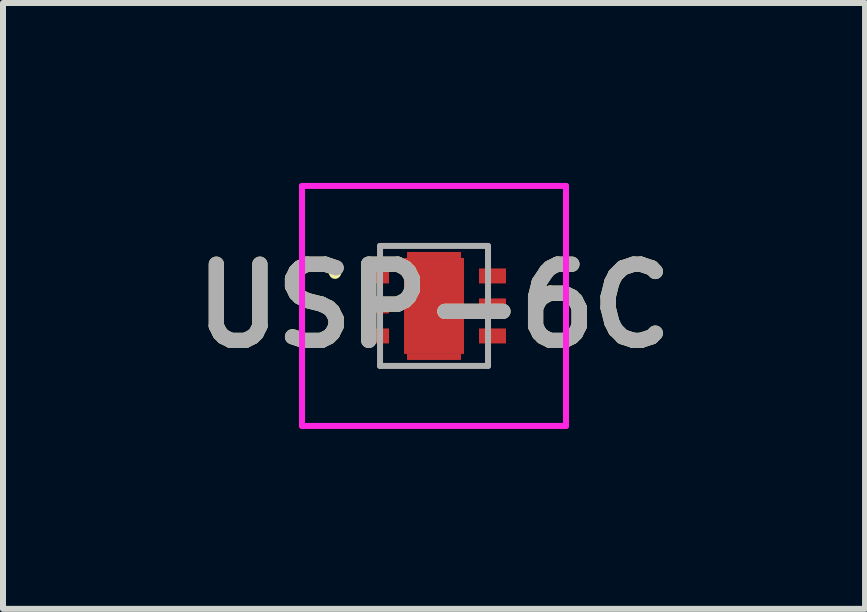
<source format=kicad_pcb>
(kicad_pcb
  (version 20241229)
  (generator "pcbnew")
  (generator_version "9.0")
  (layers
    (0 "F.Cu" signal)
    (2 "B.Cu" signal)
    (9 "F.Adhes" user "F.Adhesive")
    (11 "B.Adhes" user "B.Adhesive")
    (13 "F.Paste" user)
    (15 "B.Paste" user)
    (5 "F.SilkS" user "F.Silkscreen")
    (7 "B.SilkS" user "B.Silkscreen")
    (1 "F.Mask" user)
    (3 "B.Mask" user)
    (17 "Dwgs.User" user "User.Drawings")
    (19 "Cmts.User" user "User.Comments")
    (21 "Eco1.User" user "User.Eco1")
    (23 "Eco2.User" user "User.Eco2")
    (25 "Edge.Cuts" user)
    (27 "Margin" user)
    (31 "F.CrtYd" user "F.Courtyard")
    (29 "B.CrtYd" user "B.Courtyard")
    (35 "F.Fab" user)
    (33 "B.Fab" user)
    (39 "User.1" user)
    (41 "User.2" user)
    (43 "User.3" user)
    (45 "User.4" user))
  (footprint "USP-6C"
    (layer "F.Cu")
    (at 4.185 2.05)
    (property "Reference" "USP-6C" (at 0 0 0) (layer "F.SilkS") (effects (font (size 1.27 1.27) (thickness 0.254))))
    (attr smd)
    (fp_line (start -1.7 -0.55) (end -1.7 -0.55) (stroke (width 0.1) (type solid)) (layer "F.SilkS"))
    (fp_line (start -1.6 -0.55) (end -1.6 -0.55) (stroke (width 0.1) (type solid)) (layer "F.SilkS"))
    (fp_arc (start -1.7 -0.55) (mid -1.65 -0.6) (end -1.6 -0.55) (stroke (width 0.1) (type solid)) (layer "F.SilkS"))
    (fp_arc (start -1.6 -0.55) (mid -1.65 -0.5) (end -1.7 -0.55) (stroke (width 0.1) (type solid)) (layer "F.SilkS"))
    (fp_line (start -2.2 -2) (end 2.2 -2) (stroke (width 0.1) (type solid)) (layer "F.CrtYd"))
    (fp_line (start -2.2 2) (end -2.2 -2) (stroke (width 0.1) (type solid)) (layer "F.CrtYd"))
    (fp_line (start 2.2 -2) (end 2.2 2) (stroke (width 0.1) (type solid)) (layer "F.CrtYd"))
    (fp_line (start 2.2 2) (end -2.2 2) (stroke (width 0.1) (type solid)) (layer "F.CrtYd"))
    (fp_line (start -0.9 -1) (end 0.9 -1) (stroke (width 0.1) (type solid)) (layer "F.Fab"))
    (fp_line (start -0.9 1) (end -0.9 -1) (stroke (width 0.1) (type solid)) (layer "F.Fab"))
    (fp_line (start 0.9 -1) (end 0.9 1) (stroke (width 0.1) (type solid)) (layer "F.Fab"))
    (fp_line (start 0.9 1) (end -0.9 1) (stroke (width 0.1) (type solid)) (layer "F.Fab"))
    (fp_text user "${REFERENCE}" (at 0 0 0) (layer "F.Fab") (effects (font (size 1.27 1.27) (thickness 0.254))))
    (pad "1" smd rect (at -0.975 -0.55 90) (size 0.35 0.45) (layers "F.Cu" "F.Mask" "F.Paste"))
    (pad "2" smd rect (at -0.975 0 90) (size 0.25 0.45) (layers "F.Cu" "F.Mask" "F.Paste"))
    (pad "3" smd rect (at -0.975 0.5 90) (size 0.25 0.45) (layers "F.Cu" "F.Mask" "F.Paste"))
    (pad "4" smd rect (at 0.975 0.5 90) (size 0.25 0.45) (layers "F.Cu" "F.Mask" "F.Paste"))
    (pad "5" smd rect (at 0.975 0 90) (size 0.25 0.45) (layers "F.Cu" "F.Mask" "F.Paste"))
    (pad "6" smd rect (at 0.975 -0.5 90) (size 0.25 0.45) (layers "F.Cu" "F.Mask" "F.Paste"))
    (pad "7" smd rect (at 0 0) (size 1 1.6) (layers "F.Cu" "F.Mask" "F.Paste"))
    (pad "8" smd rect (at 0 -0.85 90) (size 0.1 0.9) (layers "F.Cu" "F.Mask" "F.Paste"))
    (pad "9" smd rect (at 0 0.85 90) (size 0.1 0.9) (layers "F.Cu" "F.Mask" "F.Paste")))
  (gr_rect
    (start -3 -3)
    (end 11.37 7.1)
    (stroke (width 0.1) (type default))
    (fill no)
    (layer "Edge.Cuts")))
</source>
